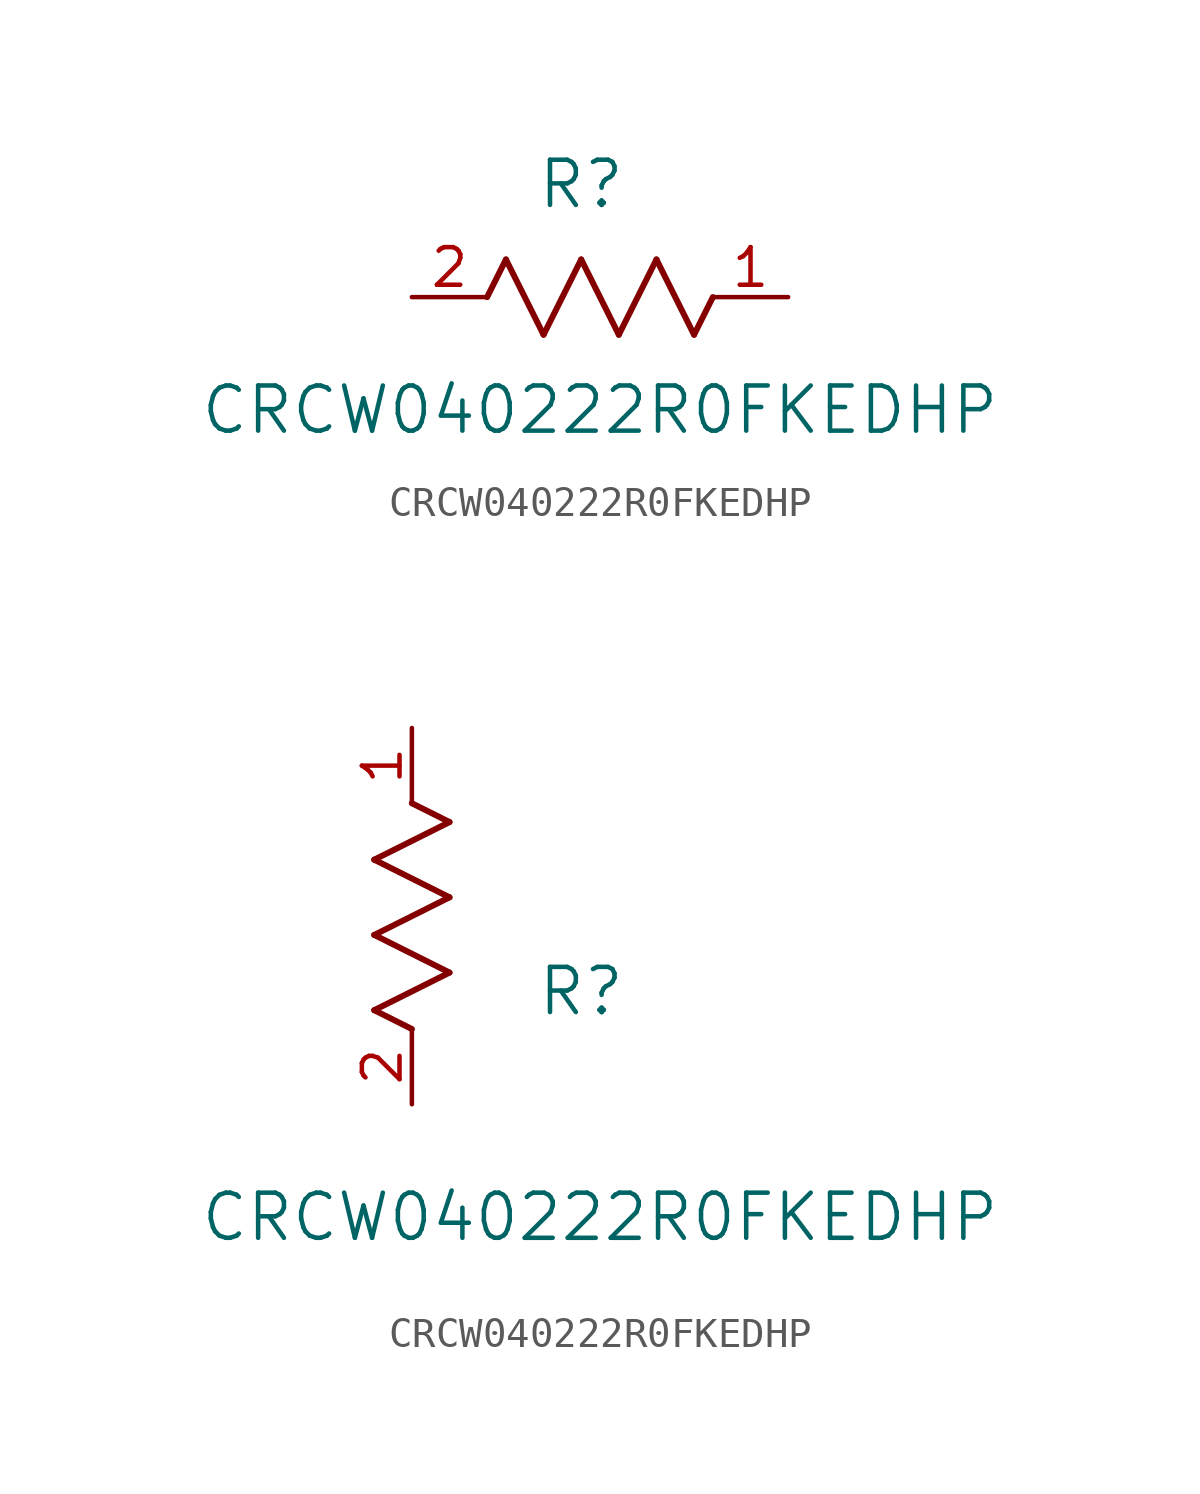
<source format=kicad_sym>
(kicad_symbol_lib
  (version 20211014)
  (generator kicad_symbol_editor)
  (symbol "CRCW040222R0FKEDHP"
    (pin_names
      (offset 0.254))
    (property "Reference" "R"
      (at 5.715 3.81 0)
      (effects (font (size 1.524 1.524))))
    (property "Value" "CRCW040222R0FKEDHP"
      (at 6.35 -3.81 0)
      (effects (font (size 1.524 1.524))))
    (symbol "CRCW040222R0FKEDHP_1_1"
      (polyline (pts (xy 3.175 1.27) (xy 4.445 -1.27)) (stroke (width 0.203) (type default) (color 0 0 0 0)) (fill (type none)))
      (polyline (pts (xy 4.445 -1.27) (xy 5.715 1.27)) (stroke (width 0.203) (type default) (color 0 0 0 0)) (fill (type none)))
      (polyline (pts (xy 5.715 1.27) (xy 6.985 -1.27)) (stroke (width 0.203) (type default) (color 0 0 0 0)) (fill (type none)))
      (polyline (pts (xy 6.985 -1.27) (xy 8.255 1.27)) (stroke (width 0.203) (type default) (color 0 0 0 0)) (fill (type none)))
      (polyline (pts (xy 8.255 1.27) (xy 9.525 -1.27)) (stroke (width 0.203) (type default) (color 0 0 0 0)) (fill (type none)))
      (polyline (pts (xy 2.54 0) (xy 3.175 1.27)) (stroke (width 0.203) (type default) (color 0 0 0 0)) (fill (type none)))
      (polyline (pts (xy 9.525 -1.27) (xy 10.16 0)) (stroke (width 0.203) (type default) (color 0 0 0 0)) (fill (type none)))
      (pin unspecified line (at 0 0 0) (length 2.54) (name "" (effects (font (size 1.27 1.27)))) (number "2" (effects (font (size 1.27 1.27)))))
      (pin unspecified line (at 12.7 0 180) (length 2.54) (name "" (effects (font (size 1.27 1.27)))) (number "1" (effects (font (size 1.27 1.27))))))
    (symbol "CRCW040222R0FKEDHP_1_2"
      (polyline (pts (xy 0 2.54) (xy -1.27 3.175)) (stroke (width 0.203) (type default) (color 0 0 0 0)) (fill (type none)))
      (polyline (pts (xy -1.27 3.175) (xy 1.27 4.445)) (stroke (width 0.203) (type default) (color 0 0 0 0)) (fill (type none)))
      (polyline (pts (xy 1.27 4.445) (xy -1.27 5.715)) (stroke (width 0.203) (type default) (color 0 0 0 0)) (fill (type none)))
      (polyline (pts (xy -1.27 5.715) (xy 1.27 6.985)) (stroke (width 0.203) (type default) (color 0 0 0 0)) (fill (type none)))
      (polyline (pts (xy -1.27 8.255) (xy 1.27 9.525)) (stroke (width 0.203) (type default) (color 0 0 0 0)) (fill (type none)))
      (polyline (pts (xy 1.27 9.525) (xy 0 10.16)) (stroke (width 0.203) (type default) (color 0 0 0 0)) (fill (type none)))
      (polyline (pts (xy 1.27 6.985) (xy -1.27 8.255)) (stroke (width 0.203) (type default) (color 0 0 0 0)) (fill (type none)))
      (pin unspecified line (at 0 0 90) (length 2.54) (name "" (effects (font (size 1.27 1.27)))) (number "2" (effects (font (size 1.27 1.27)))))
      (pin unspecified line (at 0 12.7 270) (length 2.54) (name "" (effects (font (size 1.27 1.27)))) (number "1" (effects (font (size 1.27 1.27))))))))
</source>
